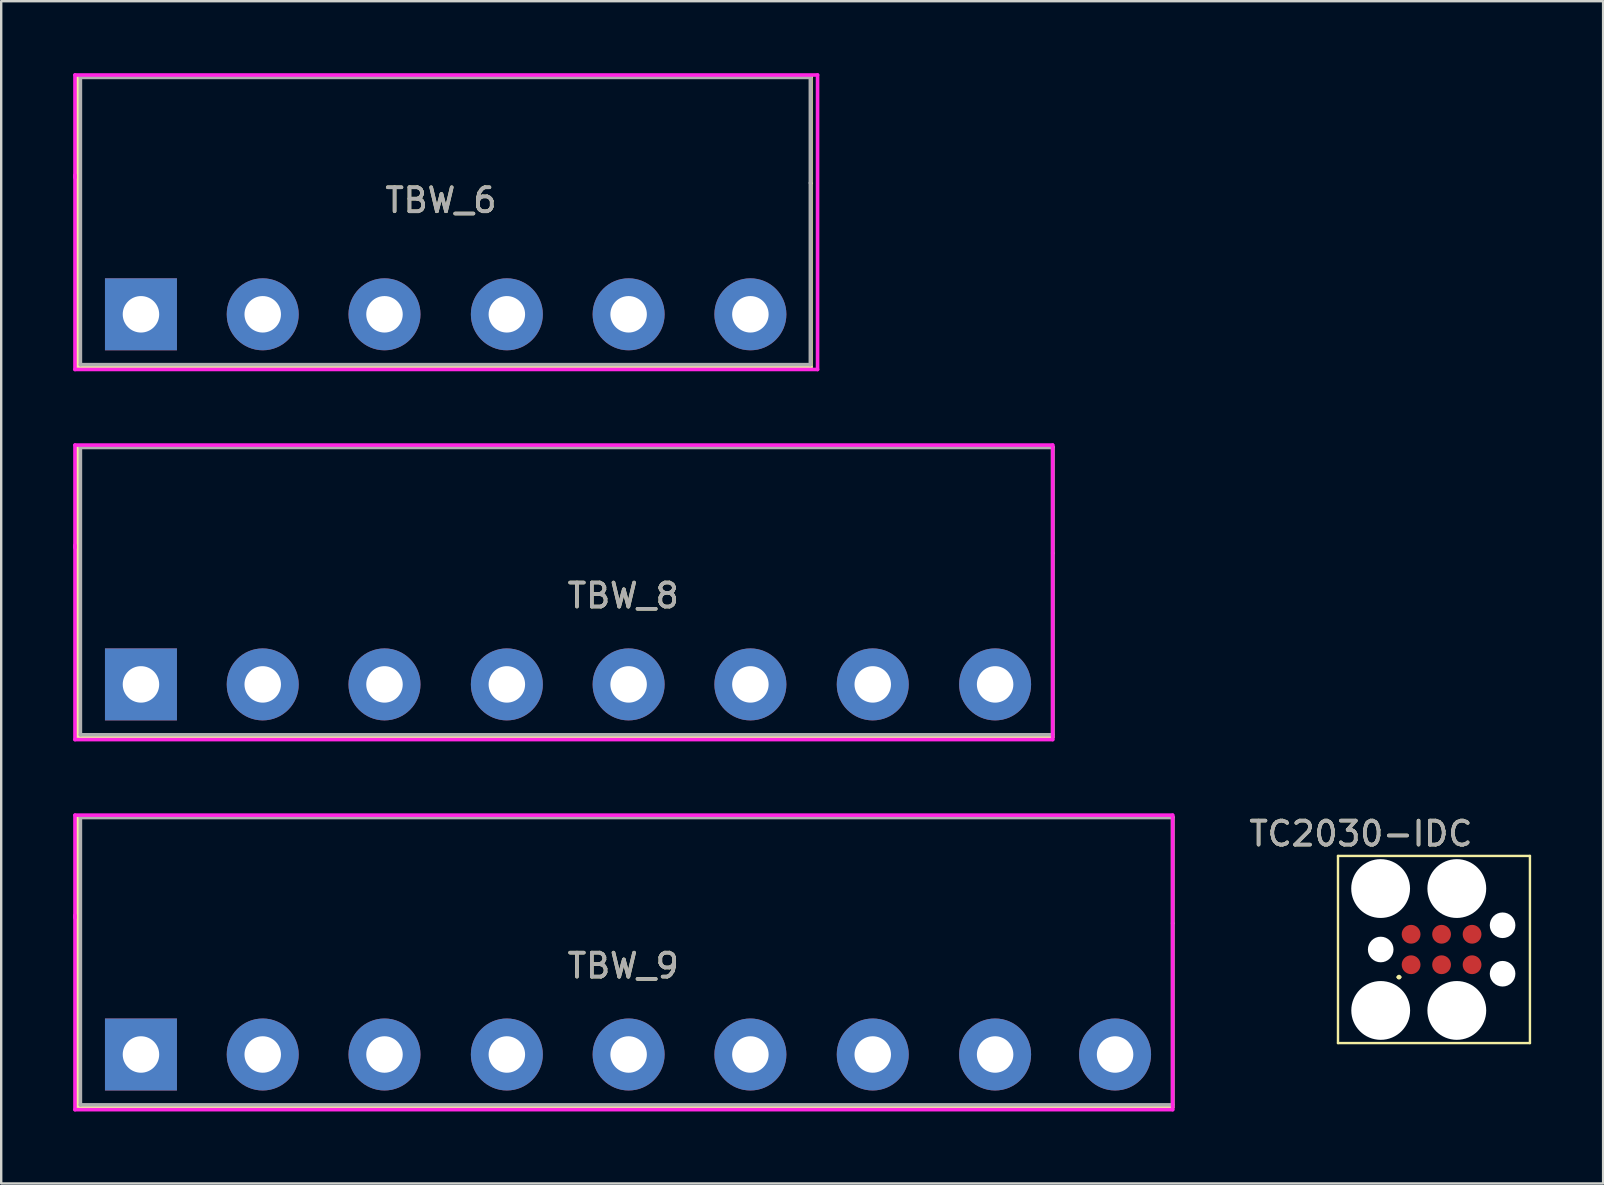
<source format=kicad_pcb>
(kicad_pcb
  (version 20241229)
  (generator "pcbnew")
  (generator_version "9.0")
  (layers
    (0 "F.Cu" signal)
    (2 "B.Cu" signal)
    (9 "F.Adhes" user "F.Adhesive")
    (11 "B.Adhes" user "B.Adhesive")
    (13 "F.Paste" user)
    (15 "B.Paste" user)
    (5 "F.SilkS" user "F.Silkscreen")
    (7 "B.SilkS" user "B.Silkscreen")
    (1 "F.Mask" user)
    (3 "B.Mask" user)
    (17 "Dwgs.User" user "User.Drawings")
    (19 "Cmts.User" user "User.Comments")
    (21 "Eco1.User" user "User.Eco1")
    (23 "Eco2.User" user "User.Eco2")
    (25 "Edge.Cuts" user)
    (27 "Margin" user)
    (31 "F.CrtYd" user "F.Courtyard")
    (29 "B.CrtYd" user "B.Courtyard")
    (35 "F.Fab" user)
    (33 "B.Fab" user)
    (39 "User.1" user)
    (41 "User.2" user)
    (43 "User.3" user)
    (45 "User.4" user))
  (footprint "TC2030-IDC"
    (layer "F.Cu")
    (at 56.716 36.524)
    (property "Reference" "TC2030-IDC" (at -3.048 -4.826 0) (layer "F.SilkS") (effects (font (size 1 1) (thickness 0.15))))
    (attr through_hole)
    (fp_line (start -4 -3.9) (end 4 -3.9) (stroke (width 0.1) (type solid)) (layer "F.SilkS"))
    (fp_line (start -4 3.9) (end -4 -3.9) (stroke (width 0.1) (type solid)) (layer "F.SilkS"))
    (fp_line (start -1.508 1.152) (end -1.508 1.152) (stroke (width 0.1) (type solid)) (layer "F.SilkS"))
    (fp_line (start -1.408 1.152) (end -1.408 1.152) (stroke (width 0.1) (type solid)) (layer "F.SilkS"))
    (fp_line (start 4 -3.9) (end 4 3.9) (stroke (width 0.1) (type solid)) (layer "F.SilkS"))
    (fp_line (start 4 3.9) (end -4 3.9) (stroke (width 0.1) (type solid)) (layer "F.SilkS"))
    (fp_arc (start -1.508 1.152) (mid -1.458 1.102) (end -1.408 1.152) (stroke (width 0.1) (type solid)) (layer "F.SilkS"))
    (fp_arc (start -1.408 1.152) (mid -1.458 1.202) (end -1.508 1.152) (stroke (width 0.1) (type solid)) (layer "F.SilkS"))
    (fp_text user "${REFERENCE}" (at -3.048 -4.826 0) (layer "F.Fab") (effects (font (size 1 1) (thickness 0.15))))
    (pad "" np_thru_hole circle (at -2.223 -2.54) (size 2.451 2.451) (drill 2.451) (layers "*.Cu" "*.Mask"))
    (pad "" np_thru_hole circle (at -2.22 0) (size 1.067 1.067) (drill 1.067) (layers "*.Cu" "*.Mask"))
    (pad "" np_thru_hole circle (at -2.22 2.54) (size 2.451 2.451) (drill 2.451) (layers "*.Cu" "*.Mask"))
    (pad "" np_thru_hole circle (at 0.952 -2.54) (size 2.451 2.451) (drill 2.451) (layers "*.Cu" "*.Mask"))
    (pad "" np_thru_hole circle (at 0.952 2.54) (size 2.451 2.451) (drill 2.451) (layers "*.Cu" "*.Mask"))
    (pad "" np_thru_hole circle (at 2.86 -1.01) (size 1.067 1.067) (drill 1.067) (layers "*.Cu" "*.Mask"))
    (pad "" np_thru_hole circle (at 2.86 1.01) (size 1.067 1.067) (drill 1.067) (layers "*.Cu" "*.Mask"))
    (pad "1" smd circle (at -0.953 0.635 90) (size 0.783 0.783) (layers "F.Cu" "F.Mask" "F.Paste"))
    (pad "2" smd circle (at -0.953 -0.635 90) (size 0.783 0.783) (layers "F.Cu" "F.Mask" "F.Paste"))
    (pad "3" smd circle (at 0.317 0.635 90) (size 0.783 0.783) (layers "F.Cu" "F.Mask" "F.Paste"))
    (pad "4" smd circle (at 0.317 -0.635 90) (size 0.783 0.783) (layers "F.Cu" "F.Mask" "F.Paste"))
    (pad "5" smd circle (at 1.588 0.635 90) (size 0.783 0.783) (layers "F.Cu" "F.Mask" "F.Paste"))
    (pad "6" smd circle (at 1.588 -0.635 90) (size 0.783 0.783) (layers "F.Cu" "F.Mask" "F.Paste")))
  (footprint "TBW_9"
    (layer "F.Cu")
    (at 2.825 39.2)
    (property "Reference" "TBW_9" (at 20.1 -2 0) (layer "F.SilkS") (effects (font (size 1 1) (thickness 0.15))))
    (attr through_hole)
    (fp_line (start -2.65 -8.2) (end -2.525 -8.2) (stroke (width 0.15) (type solid)) (layer "F.SilkS"))
    (fp_line (start -2.65 -8.175) (end -2.65 -8.2) (stroke (width 0.15) (type solid)) (layer "F.SilkS"))
    (fp_line (start -2.65 3.9) (end -2.65 -8.175) (stroke (width 0.15) (type solid)) (layer "F.SilkS"))
    (fp_line (start -2.55 -8.2) (end 43 -8.2) (stroke (width 0.15) (type solid)) (layer "F.SilkS"))
    (fp_line (start 27.85 -8.2) (end 27.875 -8.2) (stroke (width 0.15) (type solid)) (layer "F.SilkS"))
    (fp_line (start 27.875 -8.2) (end 27.9 -8.2) (stroke (width 0.15) (type solid)) (layer "F.SilkS"))
    (fp_line (start 27.9 -8.2) (end 27.925 -8.2) (stroke (width 0.15) (type solid)) (layer "F.SilkS"))
    (fp_line (start 43 -8.2) (end 43 -3.775) (stroke (width 0.15) (type solid)) (layer "F.SilkS"))
    (fp_line (start 43 -3.75) (end 43 3.9) (stroke (width 0.15) (type solid)) (layer "F.SilkS"))
    (fp_line (start 43 3.9) (end -2.65 3.9) (stroke (width 0.15) (type solid)) (layer "F.SilkS"))
    (fp_line (start -2.75 -8.275) (end 43 -8.275) (stroke (width 0.15) (type solid)) (layer "F.CrtYd"))
    (fp_line (start -2.75 -4) (end -2.75 -8.275) (stroke (width 0.15) (type solid)) (layer "F.CrtYd"))
    (fp_line (start -2.75 4) (end -2.75 -4.1) (stroke (width 0.15) (type solid)) (layer "F.CrtYd"))
    (fp_line (start -2.7 -8.275) (end 28.2 -8.275) (stroke (width 0.05) (type solid)) (layer "F.CrtYd"))
    (fp_line (start 43 -8.275) (end 43 4) (stroke (width 0.15) (type solid)) (layer "F.CrtYd"))
    (fp_line (start 43 4) (end -2.75 4) (stroke (width 0.15) (type solid)) (layer "F.CrtYd"))
    (fp_line (start -2.525 -8.175) (end 43 -8.175) (stroke (width 0.15) (type solid)) (layer "F.Fab"))
    (fp_line (start -2.525 3.8) (end -2.525 -8.175) (stroke (width 0.15) (type solid)) (layer "F.Fab"))
    (fp_line (start 43 -3.775) (end 43 -8.175) (stroke (width 0.15) (type solid)) (layer "F.Fab"))
    (fp_line (start 43 -3.775) (end 43 3.8) (stroke (width 0.15) (type solid)) (layer "F.Fab"))
    (fp_line (start 43 3.8) (end -2.525 3.8) (stroke (width 0.15) (type solid)) (layer "F.Fab"))
    (fp_text user "${REFERENCE}" (at 20.1 -2 0) (layer "F.Fab") (effects (font (size 1 1) (thickness 0.15))))
    (pad "1" thru_hole rect (at 0 1.7) (size 3 3) (drill 1.52) (layers "*.Cu" "*.Mask"))
    (pad "2" thru_hole circle (at 5.075 1.7) (size 3 3) (drill 1.52) (layers "*.Cu" "*.Mask"))
    (pad "3" thru_hole circle (at 10.15 1.7) (size 3 3) (drill 1.52) (layers "*.Cu" "*.Mask"))
    (pad "4" thru_hole circle (at 15.25 1.7) (size 3 3) (drill 1.52) (layers "*.Cu" "*.Mask"))
    (pad "5" thru_hole circle (at 20.325 1.7) (size 3 3) (drill 1.52) (layers "*.Cu" "*.Mask"))
    (pad "6" thru_hole circle (at 25.4 1.7) (size 3 3) (drill 1.52) (layers "*.Cu" "*.Mask"))
    (pad "7" thru_hole circle (at 30.5 1.7) (size 3 3) (drill 1.52) (layers "*.Cu" "*.Mask"))
    (pad "8" thru_hole circle (at 35.6 1.7) (size 3 3) (drill 1.52) (layers "*.Cu" "*.Mask"))
    (pad "9" thru_hole circle (at 40.6 1.7) (size 3 3) (drill 1.52) (layers "*.Cu" "*.Mask")))
  (footprint "TBW_6"
    (layer "F.Cu")
    (at 2.825 8.35)
    (property "Reference" "TBW_6" (at 12.5 -3.05 0) (layer "F.SilkS") (effects (font (size 1 1) (thickness 0.15))))
    (attr through_hole)
    (fp_line (start -2.65 -8.2) (end -2.525 -8.2) (stroke (width 0.15) (type solid)) (layer "F.SilkS"))
    (fp_line (start -2.65 -8.175) (end -2.65 -8.2) (stroke (width 0.15) (type solid)) (layer "F.SilkS"))
    (fp_line (start -2.65 3.9) (end -2.65 -8.175) (stroke (width 0.15) (type solid)) (layer "F.SilkS"))
    (fp_line (start -2.55 -8.2) (end 27.85 -8.2) (stroke (width 0.15) (type solid)) (layer "F.SilkS"))
    (fp_line (start 27.85 -8.2) (end 27.875 -8.2) (stroke (width 0.15) (type solid)) (layer "F.SilkS"))
    (fp_line (start 27.875 -8.2) (end 27.9 -8.2) (stroke (width 0.15) (type solid)) (layer "F.SilkS"))
    (fp_line (start 27.9 -8.2) (end 27.925 -8.2) (stroke (width 0.15) (type solid)) (layer "F.SilkS"))
    (fp_line (start 27.925 -8.2) (end 27.925 -3.775) (stroke (width 0.15) (type solid)) (layer "F.SilkS"))
    (fp_line (start 27.925 -3.75) (end 27.925 3.9) (stroke (width 0.15) (type solid)) (layer "F.SilkS"))
    (fp_line (start 27.925 3.9) (end -2.65 3.9) (stroke (width 0.15) (type solid)) (layer "F.SilkS"))
    (fp_line (start -2.75 -8.275) (end 28.2 -8.275) (stroke (width 0.15) (type solid)) (layer "F.CrtYd"))
    (fp_line (start -2.75 -4) (end -2.75 -8.275) (stroke (width 0.15) (type solid)) (layer "F.CrtYd"))
    (fp_line (start -2.75 4) (end -2.75 -4.1) (stroke (width 0.15) (type solid)) (layer "F.CrtYd"))
    (fp_line (start -2.7 -8.275) (end 28.2 -8.275) (stroke (width 0.05) (type solid)) (layer "F.CrtYd"))
    (fp_line (start 28.2 -8.275) (end 28.2 4) (stroke (width 0.15) (type solid)) (layer "F.CrtYd"))
    (fp_line (start 28.2 4) (end -2.75 4) (stroke (width 0.15) (type solid)) (layer "F.CrtYd"))
    (fp_line (start -2.525 -8.175) (end 27.9 -8.175) (stroke (width 0.15) (type solid)) (layer "F.Fab"))
    (fp_line (start -2.525 3.8) (end -2.525 -8.175) (stroke (width 0.15) (type solid)) (layer "F.Fab"))
    (fp_line (start 27.9 -3.775) (end 27.9 -8.175) (stroke (width 0.15) (type solid)) (layer "F.Fab"))
    (fp_line (start 27.9 -3.775) (end 27.9 3.8) (stroke (width 0.15) (type solid)) (layer "F.Fab"))
    (fp_line (start 27.9 3.8) (end -2.525 3.8) (stroke (width 0.15) (type solid)) (layer "F.Fab"))
    (fp_text user "${REFERENCE}" (at 12.5 -3.05 0) (layer "F.Fab") (effects (font (size 1 1) (thickness 0.15))))
    (pad "1" thru_hole rect (at 0 1.7) (size 3 3) (drill 1.52) (layers "*.Cu" "*.Mask"))
    (pad "2" thru_hole circle (at 5.075 1.7) (size 3 3) (drill 1.52) (layers "*.Cu" "*.Mask"))
    (pad "3" thru_hole circle (at 10.15 1.7) (size 3 3) (drill 1.52) (layers "*.Cu" "*.Mask"))
    (pad "4" thru_hole circle (at 15.25 1.7) (size 3 3) (drill 1.52) (layers "*.Cu" "*.Mask"))
    (pad "5" thru_hole circle (at 20.325 1.7) (size 3 3) (drill 1.52) (layers "*.Cu" "*.Mask"))
    (pad "6" thru_hole circle (at 25.4 1.7) (size 3 3) (drill 1.52) (layers "*.Cu" "*.Mask")))
  (footprint "TBW_8"
    (layer "F.Cu")
    (at 2.825 23.775)
    (property "Reference" "TBW_8" (at 20.1 -2 0) (layer "F.SilkS") (effects (font (size 1 1) (thickness 0.15))))
    (attr through_hole)
    (fp_line (start -2.65 -8.2) (end -2.525 -8.2) (stroke (width 0.15) (type solid)) (layer "F.SilkS"))
    (fp_line (start -2.65 -8.175) (end -2.65 -8.2) (stroke (width 0.15) (type solid)) (layer "F.SilkS"))
    (fp_line (start -2.65 3.9) (end -2.65 -8.175) (stroke (width 0.15) (type solid)) (layer "F.SilkS"))
    (fp_line (start -2.55 -8.2) (end 38 -8.2) (stroke (width 0.15) (type solid)) (layer "F.SilkS"))
    (fp_line (start 27.85 -8.2) (end 27.875 -8.2) (stroke (width 0.15) (type solid)) (layer "F.SilkS"))
    (fp_line (start 27.875 -8.2) (end 27.9 -8.2) (stroke (width 0.15) (type solid)) (layer "F.SilkS"))
    (fp_line (start 27.9 -8.2) (end 27.925 -8.2) (stroke (width 0.15) (type solid)) (layer "F.SilkS"))
    (fp_line (start 38 -8.2) (end 38 -3.775) (stroke (width 0.15) (type solid)) (layer "F.SilkS"))
    (fp_line (start 38 -3.75) (end 38 3.9) (stroke (width 0.15) (type solid)) (layer "F.SilkS"))
    (fp_line (start 38 3.9) (end -2.65 3.9) (stroke (width 0.15) (type solid)) (layer "F.SilkS"))
    (fp_line (start -2.75 -8.275) (end 38 -8.275) (stroke (width 0.15) (type solid)) (layer "F.CrtYd"))
    (fp_line (start -2.75 -4) (end -2.75 -8.275) (stroke (width 0.15) (type solid)) (layer "F.CrtYd"))
    (fp_line (start -2.75 4) (end -2.75 -4.1) (stroke (width 0.15) (type solid)) (layer "F.CrtYd"))
    (fp_line (start -2.7 -8.275) (end 28.2 -8.275) (stroke (width 0.05) (type solid)) (layer "F.CrtYd"))
    (fp_line (start 38 -8.275) (end 38 4) (stroke (width 0.15) (type solid)) (layer "F.CrtYd"))
    (fp_line (start 38 4) (end -2.75 4) (stroke (width 0.15) (type solid)) (layer "F.CrtYd"))
    (fp_line (start -2.525 -8.175) (end 38 -8.175) (stroke (width 0.15) (type solid)) (layer "F.Fab"))
    (fp_line (start -2.525 3.8) (end -2.525 -8.175) (stroke (width 0.15) (type solid)) (layer "F.Fab"))
    (fp_line (start 38 -3.775) (end 38 -8.175) (stroke (width 0.15) (type solid)) (layer "F.Fab"))
    (fp_line (start 38 -3.775) (end 38 3.8) (stroke (width 0.15) (type solid)) (layer "F.Fab"))
    (fp_line (start 38 3.8) (end -2.525 3.8) (stroke (width 0.15) (type solid)) (layer "F.Fab"))
    (fp_text user "${REFERENCE}" (at 20.1 -2 0) (layer "F.Fab") (effects (font (size 1 1) (thickness 0.15))))
    (pad "1" thru_hole rect (at 0 1.7) (size 3 3) (drill 1.52) (layers "*.Cu" "*.Mask"))
    (pad "2" thru_hole circle (at 5.075 1.7) (size 3 3) (drill 1.52) (layers "*.Cu" "*.Mask"))
    (pad "3" thru_hole circle (at 10.15 1.7) (size 3 3) (drill 1.52) (layers "*.Cu" "*.Mask"))
    (pad "4" thru_hole circle (at 15.25 1.7) (size 3 3) (drill 1.52) (layers "*.Cu" "*.Mask"))
    (pad "5" thru_hole circle (at 20.325 1.7) (size 3 3) (drill 1.52) (layers "*.Cu" "*.Mask"))
    (pad "6" thru_hole circle (at 25.4 1.7) (size 3 3) (drill 1.52) (layers "*.Cu" "*.Mask"))
    (pad "7" thru_hole circle (at 30.5 1.7) (size 3 3) (drill 1.52) (layers "*.Cu" "*.Mask"))
    (pad "8" thru_hole circle (at 35.6 1.7) (size 3 3) (drill 1.52) (layers "*.Cu" "*.Mask")))
  (gr_rect
    (start -3 -3)
    (end 63.766 46.275)
    (stroke (width 0.1) (type default))
    (fill no)
    (layer "Edge.Cuts")))
</source>
